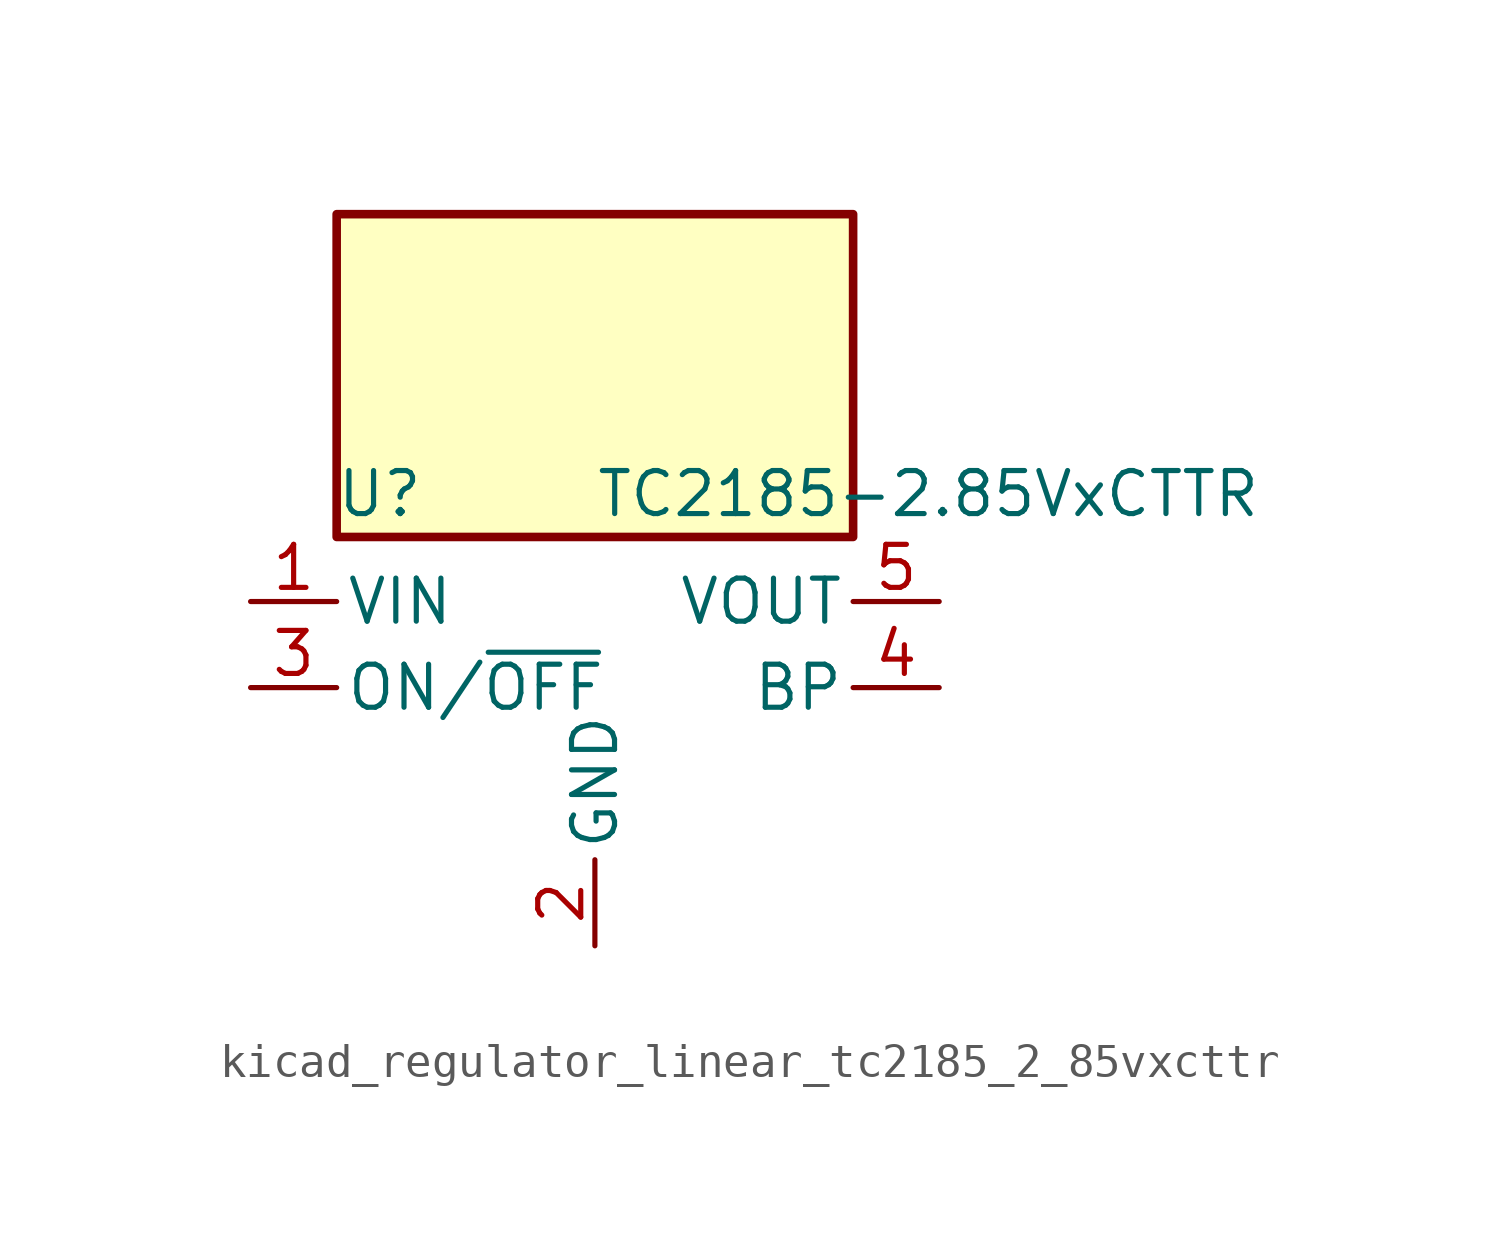
<source format=kicad_sym>
(kicad_symbol_lib
  (version 20220914)
  (generator kicad_symbol_editor)
  (symbol "kicad_regulator_linear_tc2185_2_85vxcttr"
    (pin_names
      (offset 0.254))
    (property "Reference" "U"
      (at -6.35 5.715 0)
      (effects (font (size 1.27 1.27))))
    (property "Value" "TC2185-2.85VxCTTR"
      (at 0 5.715 0)
      (effects (font (size 1.27 1.27)) (justify left)))
    (symbol "kicad_regulator_linear_tc2185_2_85vxcttr_0_1"
      (rectangle (start 7.62 13.97) (end -7.62 4.445) (stroke (width 0.254) (type default)) (fill (type background))))
    (symbol "kicad_regulator_linear_tc2185_2_85vxcttr_1_1"
      (pin power_in line (at -10.16 2.54 0) (length 2.54) (name "VIN" (effects (font (size 1.27 1.27)))) (number "1" (effects (font (size 1.27 1.27)))))
      (pin power_in line (at 0 -7.62 90) (length 2.54) (name "GND" (effects (font (size 1.27 1.27)))) (number "2" (effects (font (size 1.27 1.27)))))
      (pin input line (at -10.16 0 0) (length 2.54) (name "ON/~{OFF}" (effects (font (size 1.27 1.27)))) (number "3" (effects (font (size 1.27 1.27)))))
      (pin input line (at 10.16 0 180) (length 2.54) (name "BP" (effects (font (size 1.27 1.27)))) (number "4" (effects (font (size 1.27 1.27)))))
      (pin power_out line (at 10.16 2.54 180) (length 2.54) (name "VOUT" (effects (font (size 1.27 1.27)))) (number "5" (effects (font (size 1.27 1.27))))))))
</source>
